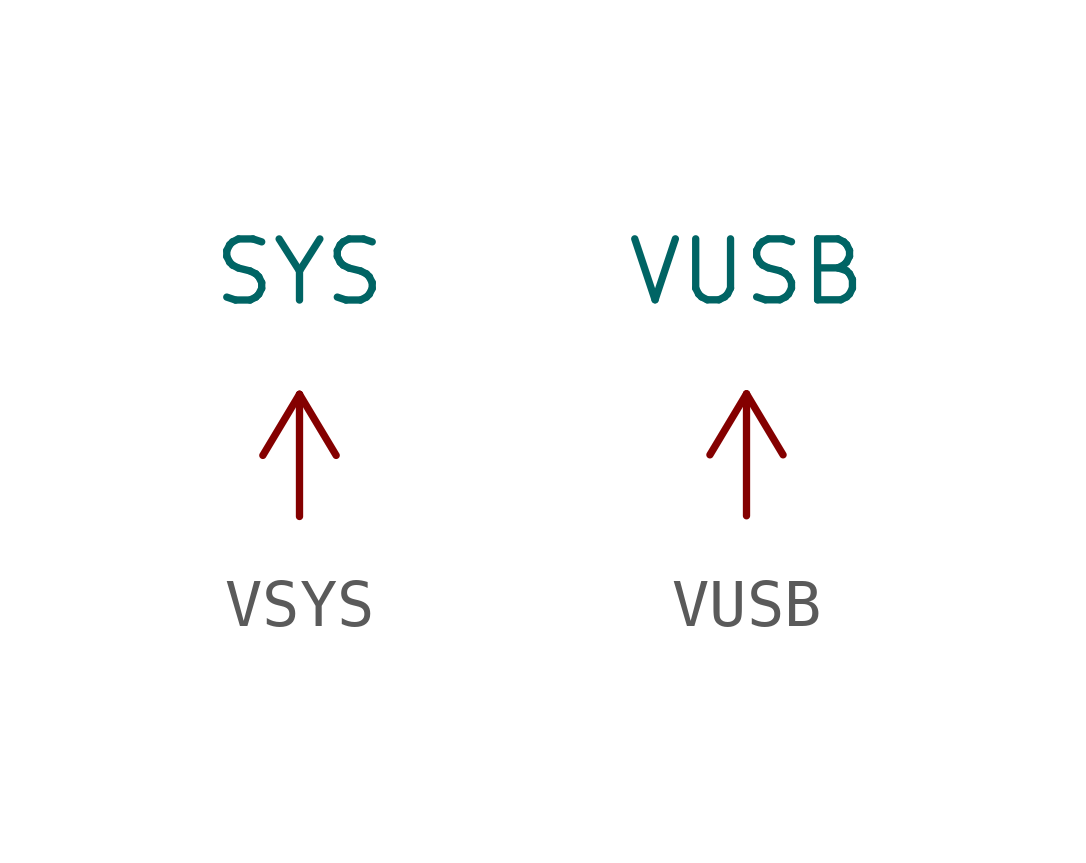
<source format=kicad_sym>
(kicad_symbol_lib
  (version 20220914)
  (generator kicad_symbol_editor)
  (symbol "VSYS"
    (property "Reference" "SYS"
      (at 0 6.35 0)
      (effects (font (size 1.27 1.27)) hide))
    (property "Value" "SYS"
      (at 0 5.08 0)
      (effects (font (size 1.27 1.27))))
    (symbol "VSYS_0_1"
      (polyline (pts (xy -0.762 1.27) (xy 0 2.54)) (stroke (width 0) (type default)) (fill (type none)))
      (polyline (pts (xy 0 0) (xy 0 2.54)) (stroke (width 0) (type default)) (fill (type none)))
      (polyline (pts (xy 0 2.54) (xy 0.762 1.27)) (stroke (width 0) (type default)) (fill (type none))))
    (symbol "VSYS_1_1"
      (pin power_in line (at 0 0 90) (length 0) hide (name "SYS" (effects (font (size 1.27 1.27)))) (number "1" (effects (font (size 1.27 1.27)))))))
  (symbol "VUSB"
    (power)
    (property "Reference" "VUSB"
      (at 0 6.35 0)
      (effects (font (size 1.27 1.27)) hide))
    (property "Value" "VUSB"
      (at 0 5.08 0)
      (effects (font (size 1.27 1.27))))
    (symbol "VUSB_0_1"
      (polyline (pts (xy -0.762 1.27) (xy 0 2.54)) (stroke (width 0) (type default)) (fill (type none)))
      (polyline (pts (xy 0 0) (xy 0 2.54)) (stroke (width 0) (type default)) (fill (type none)))
      (polyline (pts (xy 0 2.54) (xy 0.762 1.27)) (stroke (width 0) (type default)) (fill (type none))))
    (symbol "VUSB_1_1"
      (pin power_in line (at 0 0 90) (length 0) hide (name "VUSB" (effects (font (size 1.27 1.27)))) (number "1" (effects (font (size 1.27 1.27))))))))
</source>
